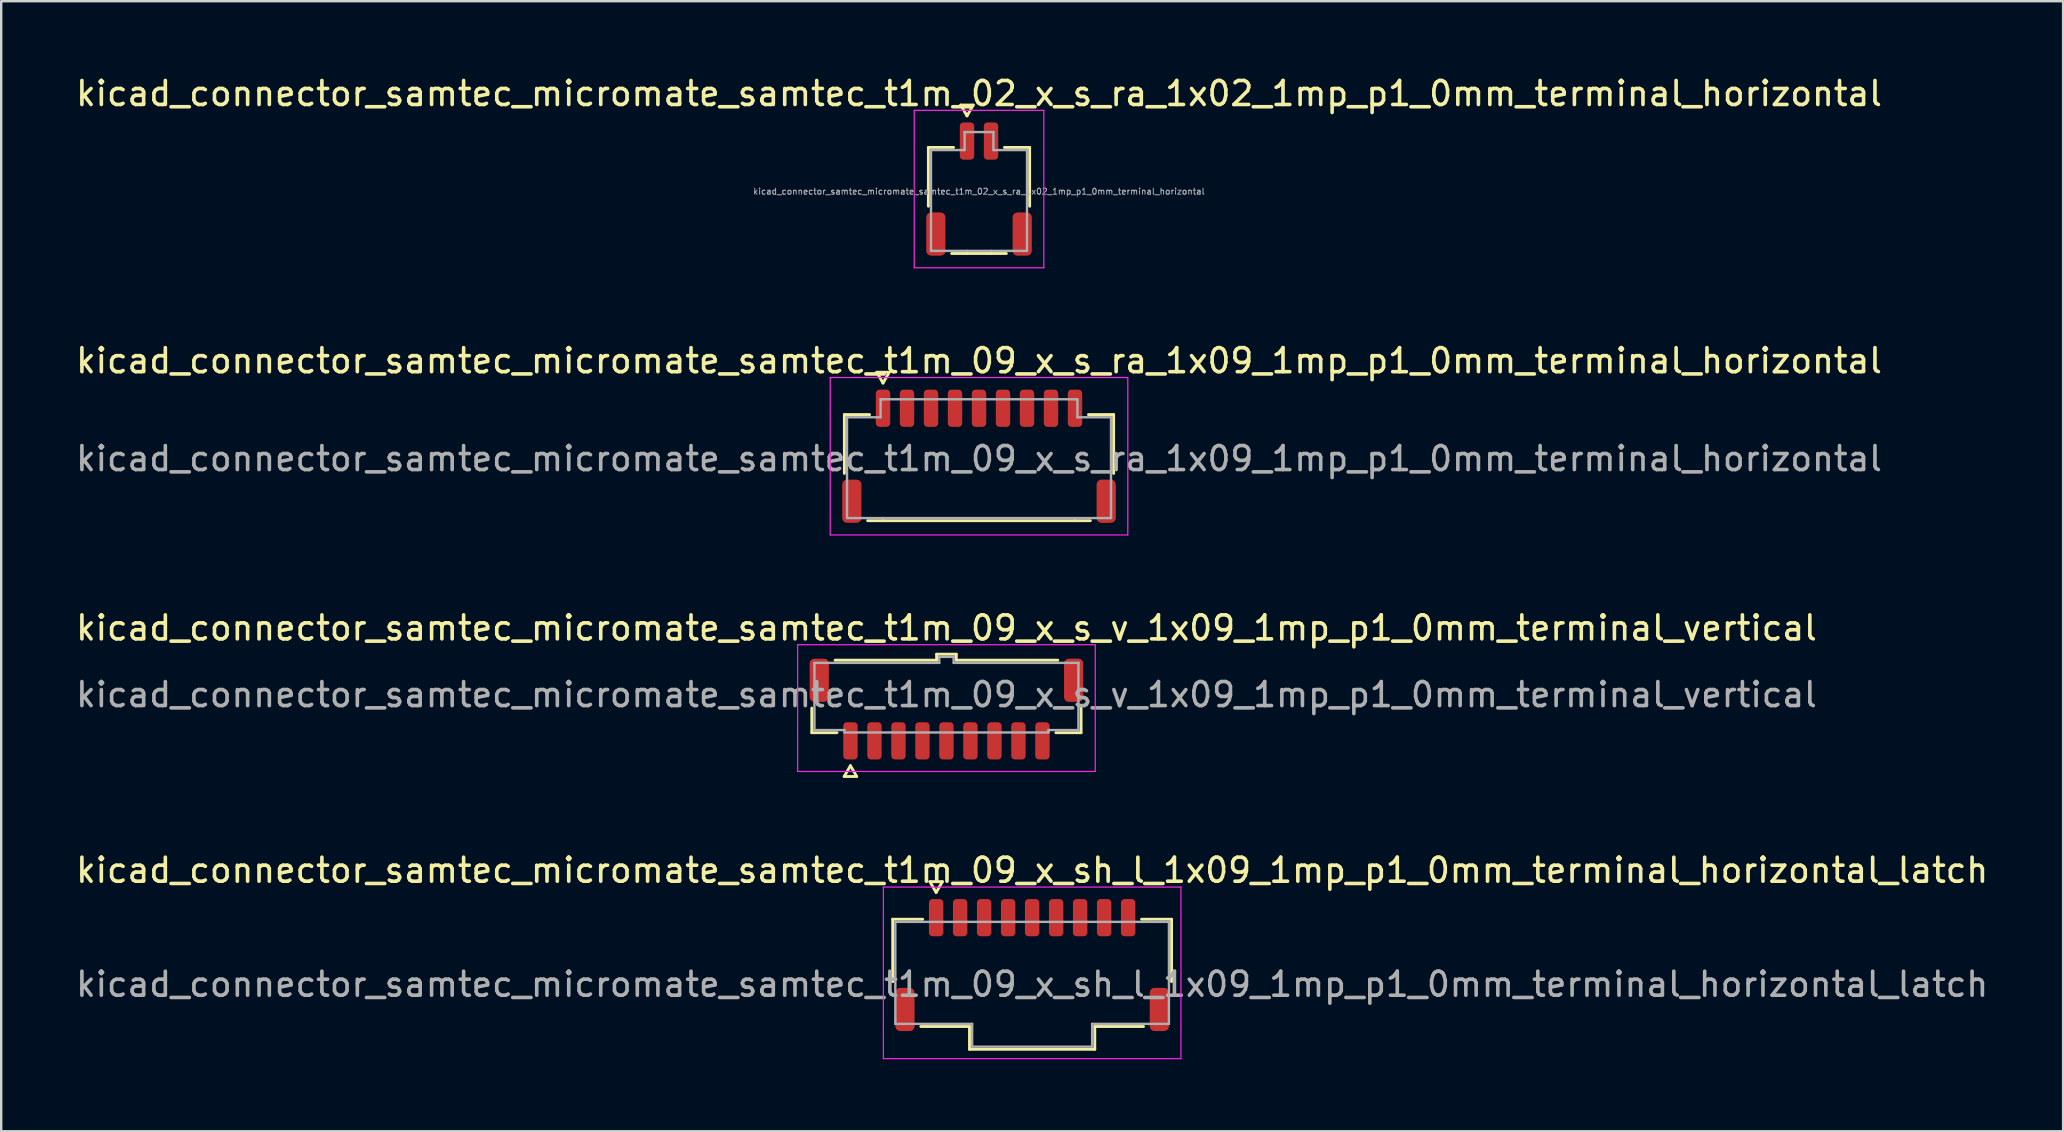
<source format=kicad_pcb>
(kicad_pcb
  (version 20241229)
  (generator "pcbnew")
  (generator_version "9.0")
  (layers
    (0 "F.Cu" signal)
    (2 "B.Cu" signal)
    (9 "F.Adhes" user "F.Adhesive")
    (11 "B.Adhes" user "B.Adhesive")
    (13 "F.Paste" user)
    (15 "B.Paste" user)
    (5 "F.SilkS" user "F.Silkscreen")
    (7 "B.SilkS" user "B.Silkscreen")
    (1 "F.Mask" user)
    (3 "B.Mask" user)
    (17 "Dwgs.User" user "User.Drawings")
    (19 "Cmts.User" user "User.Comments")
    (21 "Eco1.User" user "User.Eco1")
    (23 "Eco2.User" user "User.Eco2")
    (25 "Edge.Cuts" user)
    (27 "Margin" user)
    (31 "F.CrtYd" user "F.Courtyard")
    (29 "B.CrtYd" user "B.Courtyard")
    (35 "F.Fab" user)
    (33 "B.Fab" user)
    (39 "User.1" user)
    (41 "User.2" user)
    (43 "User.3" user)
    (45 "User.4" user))
  (footprint "kicad_connector_samtec_micromate_samtec_t1m_09_x_s_ra_1x09_1mp_p1_0mm_terminal_horizontal"
    (layer "F.Cu")
    (at 37.744 16.061)
    (property "Reference" "kicad_connector_samtec_micromate_samtec_t1m_09_x_s_ra_1x09_1mp_p1_0mm_terminal_horizontal" (at 0 -4.08 0) (layer "F.SilkS") (effects (font (size 1 1) (thickness 0.15))))
    (attr smd)
    (fp_line (start -5.61 -1.835) (end -4.56 -1.835) (stroke (width 0.12) (type solid)) (layer "F.SilkS"))
    (fp_line (start -5.61 0.615) (end -5.61 -1.835) (stroke (width 0.12) (type solid)) (layer "F.SilkS"))
    (fp_line (start -4.26 -3.6) (end -4 -3.15) (stroke (width 0.12) (type solid)) (layer "F.SilkS"))
    (fp_line (start -4 -3.15) (end -3.74 -3.6) (stroke (width 0.12) (type solid)) (layer "F.SilkS"))
    (fp_line (start -4 2.585) (end -4.64 2.585) (stroke (width 0.12) (type solid)) (layer "F.SilkS"))
    (fp_line (start -3.74 -3.6) (end -4.26 -3.6) (stroke (width 0.12) (type solid)) (layer "F.SilkS"))
    (fp_line (start 4 2.585) (end -4 2.585) (stroke (width 0.12) (type solid)) (layer "F.SilkS"))
    (fp_line (start 4.56 -1.835) (end 5.61 -1.835) (stroke (width 0.12) (type solid)) (layer "F.SilkS"))
    (fp_line (start 4.64 2.585) (end 4 2.585) (stroke (width 0.12) (type solid)) (layer "F.SilkS"))
    (fp_line (start 5.61 -1.835) (end 5.61 0.615) (stroke (width 0.12) (type solid)) (layer "F.SilkS"))
    (fp_line (start -6.2 -3.38) (end -6.2 3.18) (stroke (width 0.05) (type solid)) (layer "F.CrtYd"))
    (fp_line (start -6.2 3.18) (end 6.2 3.18) (stroke (width 0.05) (type solid)) (layer "F.CrtYd"))
    (fp_line (start 6.2 -3.38) (end -6.2 -3.38) (stroke (width 0.05) (type solid)) (layer "F.CrtYd"))
    (fp_line (start 6.2 3.18) (end 6.2 -3.38) (stroke (width 0.05) (type solid)) (layer "F.CrtYd"))
    (fp_line (start -5.5 -1.725) (end -4.1 -1.725) (stroke (width 0.1) (type solid)) (layer "F.Fab"))
    (fp_line (start -5.5 2.475) (end -5.5 -1.725) (stroke (width 0.1) (type solid)) (layer "F.Fab"))
    (fp_line (start -4.1 -2.475) (end -4 -2.475) (stroke (width 0.1) (type solid)) (layer "F.Fab"))
    (fp_line (start -4.1 -1.725) (end -4.1 -2.475) (stroke (width 0.1) (type solid)) (layer "F.Fab"))
    (fp_line (start -4 -2.475) (end 4 -2.475) (stroke (width 0.1) (type solid)) (layer "F.Fab"))
    (fp_line (start -4 2.475) (end -5.5 2.475) (stroke (width 0.1) (type solid)) (layer "F.Fab"))
    (fp_line (start 4 -2.475) (end 4.1 -2.475) (stroke (width 0.1) (type solid)) (layer "F.Fab"))
    (fp_line (start 4 2.475) (end -4 2.475) (stroke (width 0.1) (type solid)) (layer "F.Fab"))
    (fp_line (start 4.1 -2.475) (end 4.1 -1.725) (stroke (width 0.1) (type solid)) (layer "F.Fab"))
    (fp_line (start 4.1 -1.725) (end 5.5 -1.725) (stroke (width 0.1) (type solid)) (layer "F.Fab"))
    (fp_line (start 5.5 -1.725) (end 5.5 2.475) (stroke (width 0.1) (type solid)) (layer "F.Fab"))
    (fp_line (start 5.5 2.475) (end 4 2.475) (stroke (width 0.1) (type solid)) (layer "F.Fab"))
    (fp_text user "${REFERENCE}" (at 0 0 0) (layer "F.Fab") (effects (font (size 1 1) (thickness 0.15))))
    (pad "1" smd roundrect (at -4 -2.1) (size 0.6 1.55) (layers "F.Cu" "F.Mask" "F.Paste") (roundrect_rratio 0.25))
    (pad "2" smd roundrect (at -3 -2.1) (size 0.6 1.55) (layers "F.Cu" "F.Mask" "F.Paste") (roundrect_rratio 0.25))
    (pad "3" smd roundrect (at -2 -2.1) (size 0.6 1.55) (layers "F.Cu" "F.Mask" "F.Paste") (roundrect_rratio 0.25))
    (pad "4" smd roundrect (at -1 -2.1) (size 0.6 1.55) (layers "F.Cu" "F.Mask" "F.Paste") (roundrect_rratio 0.25))
    (pad "5" smd roundrect (at 0 -2.1) (size 0.6 1.55) (layers "F.Cu" "F.Mask" "F.Paste") (roundrect_rratio 0.25))
    (pad "6" smd roundrect (at 1 -2.1) (size 0.6 1.55) (layers "F.Cu" "F.Mask" "F.Paste") (roundrect_rratio 0.25))
    (pad "7" smd roundrect (at 2 -2.1) (size 0.6 1.55) (layers "F.Cu" "F.Mask" "F.Paste") (roundrect_rratio 0.25))
    (pad "8" smd roundrect (at 3 -2.1) (size 0.6 1.55) (layers "F.Cu" "F.Mask" "F.Paste") (roundrect_rratio 0.25))
    (pad "9" smd roundrect (at 4 -2.1) (size 0.6 1.55) (layers "F.Cu" "F.Mask" "F.Paste") (roundrect_rratio 0.25))
    (pad "MP" smd roundrect (at -5.3 1.775) (size 0.8 1.8) (layers "F.Cu" "F.Mask" "F.Paste") (roundrect_rratio 0.25))
    (pad "MP" smd roundrect (at 5.3 1.775) (size 0.8 1.8) (layers "F.Cu" "F.Mask" "F.Paste") (roundrect_rratio 0.25)))
  (footprint "kicad_connector_samtec_micromate_samtec_t1m_02_x_s_ra_1x02_1mp_p1_0mm_terminal_horizontal"
    (layer "F.Cu")
    (at 37.744 4.928)
    (property "Reference" "kicad_connector_samtec_micromate_samtec_t1m_02_x_s_ra_1x02_1mp_p1_0mm_terminal_horizontal" (at 0 -4.08 0) (layer "F.SilkS") (effects (font (size 1 1) (thickness 0.15))))
    (attr smd)
    (fp_line (start -2.11 -1.835) (end -1.06 -1.835) (stroke (width 0.12) (type solid)) (layer "F.SilkS"))
    (fp_line (start -2.11 0.615) (end -2.11 -1.835) (stroke (width 0.12) (type solid)) (layer "F.SilkS"))
    (fp_line (start -0.76 -3.6) (end -0.5 -3.15) (stroke (width 0.12) (type solid)) (layer "F.SilkS"))
    (fp_line (start -0.5 -3.15) (end -0.24 -3.6) (stroke (width 0.12) (type solid)) (layer "F.SilkS"))
    (fp_line (start -0.5 2.585) (end -1.14 2.585) (stroke (width 0.12) (type solid)) (layer "F.SilkS"))
    (fp_line (start -0.24 -3.6) (end -0.76 -3.6) (stroke (width 0.12) (type solid)) (layer "F.SilkS"))
    (fp_line (start 0.5 2.585) (end -0.5 2.585) (stroke (width 0.12) (type solid)) (layer "F.SilkS"))
    (fp_line (start 1.06 -1.835) (end 2.11 -1.835) (stroke (width 0.12) (type solid)) (layer "F.SilkS"))
    (fp_line (start 1.14 2.585) (end 0.5 2.585) (stroke (width 0.12) (type solid)) (layer "F.SilkS"))
    (fp_line (start 2.11 -1.835) (end 2.11 0.615) (stroke (width 0.12) (type solid)) (layer "F.SilkS"))
    (fp_line (start -2.7 -3.38) (end -2.7 3.18) (stroke (width 0.05) (type solid)) (layer "F.CrtYd"))
    (fp_line (start -2.7 3.18) (end 2.7 3.18) (stroke (width 0.05) (type solid)) (layer "F.CrtYd"))
    (fp_line (start 2.7 -3.38) (end -2.7 -3.38) (stroke (width 0.05) (type solid)) (layer "F.CrtYd"))
    (fp_line (start 2.7 3.18) (end 2.7 -3.38) (stroke (width 0.05) (type solid)) (layer "F.CrtYd"))
    (fp_line (start -2 -1.725) (end -0.6 -1.725) (stroke (width 0.1) (type solid)) (layer "F.Fab"))
    (fp_line (start -2 2.475) (end -2 -1.725) (stroke (width 0.1) (type solid)) (layer "F.Fab"))
    (fp_line (start -0.6 -2.475) (end -0.5 -2.475) (stroke (width 0.1) (type solid)) (layer "F.Fab"))
    (fp_line (start -0.6 -1.725) (end -0.6 -2.475) (stroke (width 0.1) (type solid)) (layer "F.Fab"))
    (fp_line (start -0.5 -2.475) (end 0.5 -2.475) (stroke (width 0.1) (type solid)) (layer "F.Fab"))
    (fp_line (start -0.5 2.475) (end -2 2.475) (stroke (width 0.1) (type solid)) (layer "F.Fab"))
    (fp_line (start 0.5 -2.475) (end 0.6 -2.475) (stroke (width 0.1) (type solid)) (layer "F.Fab"))
    (fp_line (start 0.5 2.475) (end -0.5 2.475) (stroke (width 0.1) (type solid)) (layer "F.Fab"))
    (fp_line (start 0.6 -2.475) (end 0.6 -1.725) (stroke (width 0.1) (type solid)) (layer "F.Fab"))
    (fp_line (start 0.6 -1.725) (end 2 -1.725) (stroke (width 0.1) (type solid)) (layer "F.Fab"))
    (fp_line (start 2 -1.725) (end 2 2.475) (stroke (width 0.1) (type solid)) (layer "F.Fab"))
    (fp_line (start 2 2.475) (end 0.5 2.475) (stroke (width 0.1) (type solid)) (layer "F.Fab"))
    (fp_text user "${REFERENCE}" (at 0 0 0) (layer "F.Fab") (effects (font (size 0.25 0.25) (thickness 0.04))))
    (pad "1" smd roundrect (at -0.5 -2.1) (size 0.6 1.55) (layers "F.Cu" "F.Mask" "F.Paste") (roundrect_rratio 0.25))
    (pad "2" smd roundrect (at 0.5 -2.1) (size 0.6 1.55) (layers "F.Cu" "F.Mask" "F.Paste") (roundrect_rratio 0.25))
    (pad "MP" smd roundrect (at -1.8 1.775) (size 0.8 1.8) (layers "F.Cu" "F.Mask" "F.Paste") (roundrect_rratio 0.25))
    (pad "MP" smd roundrect (at 1.8 1.775) (size 0.8 1.8) (layers "F.Cu" "F.Mask" "F.Paste") (roundrect_rratio 0.25)))
  (footprint "kicad_connector_samtec_micromate_samtec_t1m_09_x_sh_l_1x09_1mp_p1_0mm_terminal_horizontal_latch"
    (layer "F.Cu")
    (at 39.958 37.963)
    (property "Reference" "kicad_connector_samtec_micromate_samtec_t1m_09_x_sh_l_1x09_1mp_p1_0mm_terminal_horizontal_latch" (at 0 -4.75 0) (layer "F.SilkS") (effects (font (size 1 1) (thickness 0.15))))
    (attr smd)
    (fp_line (start -5.81 -2.71) (end -4.56 -2.71) (stroke (width 0.12) (type solid)) (layer "F.SilkS"))
    (fp_line (start -5.81 -0.11) (end -5.81 -2.71) (stroke (width 0.12) (type solid)) (layer "F.SilkS"))
    (fp_line (start -4.26 -4.275) (end -4 -3.825) (stroke (width 0.12) (type solid)) (layer "F.SilkS"))
    (fp_line (start -4 -3.825) (end -3.74 -4.275) (stroke (width 0.12) (type solid)) (layer "F.SilkS"))
    (fp_line (start -3.74 -4.275) (end -4.26 -4.275) (stroke (width 0.12) (type solid)) (layer "F.SilkS"))
    (fp_line (start -2.61 1.76) (end -4.64 1.76) (stroke (width 0.12) (type solid)) (layer "F.SilkS"))
    (fp_line (start -2.61 2.71) (end -2.61 1.76) (stroke (width 0.12) (type solid)) (layer "F.SilkS"))
    (fp_line (start 2.61 1.76) (end 2.61 2.71) (stroke (width 0.12) (type solid)) (layer "F.SilkS"))
    (fp_line (start 2.61 2.71) (end -2.61 2.71) (stroke (width 0.12) (type solid)) (layer "F.SilkS"))
    (fp_line (start 4.56 -2.71) (end 5.81 -2.71) (stroke (width 0.12) (type solid)) (layer "F.SilkS"))
    (fp_line (start 4.64 1.76) (end 2.61 1.76) (stroke (width 0.12) (type solid)) (layer "F.SilkS"))
    (fp_line (start 5.81 -2.71) (end 5.81 -0.11) (stroke (width 0.12) (type solid)) (layer "F.SilkS"))
    (fp_line (start -6.2 -4.05) (end -6.2 3.1) (stroke (width 0.05) (type solid)) (layer "F.CrtYd"))
    (fp_line (start -6.2 3.1) (end 6.2 3.1) (stroke (width 0.05) (type solid)) (layer "F.CrtYd"))
    (fp_line (start 6.2 -4.05) (end -6.2 -4.05) (stroke (width 0.05) (type solid)) (layer "F.CrtYd"))
    (fp_line (start 6.2 3.1) (end 6.2 -4.05) (stroke (width 0.05) (type solid)) (layer "F.CrtYd"))
    (fp_line (start -5.7 -2.6) (end 5.7 -2.6) (stroke (width 0.1) (type solid)) (layer "F.Fab"))
    (fp_line (start -5.7 1.65) (end -5.7 -2.6) (stroke (width 0.1) (type solid)) (layer "F.Fab"))
    (fp_line (start -2.5 1.65) (end -5.7 1.65) (stroke (width 0.1) (type solid)) (layer "F.Fab"))
    (fp_line (start -2.5 2.6) (end -2.5 1.65) (stroke (width 0.1) (type solid)) (layer "F.Fab"))
    (fp_line (start 2.5 1.65) (end 2.5 2.6) (stroke (width 0.1) (type solid)) (layer "F.Fab"))
    (fp_line (start 2.5 2.6) (end -2.5 2.6) (stroke (width 0.1) (type solid)) (layer "F.Fab"))
    (fp_line (start 5.7 -2.6) (end 5.7 1.65) (stroke (width 0.1) (type solid)) (layer "F.Fab"))
    (fp_line (start 5.7 1.65) (end 2.5 1.65) (stroke (width 0.1) (type solid)) (layer "F.Fab"))
    (fp_text user "${REFERENCE}" (at 0 0 0) (layer "F.Fab") (effects (font (size 1 1) (thickness 0.15))))
    (pad "1" smd roundrect (at -4 -2.775) (size 0.6 1.55) (layers "F.Cu" "F.Mask" "F.Paste") (roundrect_rratio 0.25))
    (pad "2" smd roundrect (at -3 -2.775) (size 0.6 1.55) (layers "F.Cu" "F.Mask" "F.Paste") (roundrect_rratio 0.25))
    (pad "3" smd roundrect (at -2 -2.775) (size 0.6 1.55) (layers "F.Cu" "F.Mask" "F.Paste") (roundrect_rratio 0.25))
    (pad "4" smd roundrect (at -1 -2.775) (size 0.6 1.55) (layers "F.Cu" "F.Mask" "F.Paste") (roundrect_rratio 0.25))
    (pad "5" smd roundrect (at 0 -2.775) (size 0.6 1.55) (layers "F.Cu" "F.Mask" "F.Paste") (roundrect_rratio 0.25))
    (pad "6" smd roundrect (at 1 -2.775) (size 0.6 1.55) (layers "F.Cu" "F.Mask" "F.Paste") (roundrect_rratio 0.25))
    (pad "7" smd roundrect (at 2 -2.775) (size 0.6 1.55) (layers "F.Cu" "F.Mask" "F.Paste") (roundrect_rratio 0.25))
    (pad "8" smd roundrect (at 3 -2.775) (size 0.6 1.55) (layers "F.Cu" "F.Mask" "F.Paste") (roundrect_rratio 0.25))
    (pad "9" smd roundrect (at 4 -2.775) (size 0.6 1.55) (layers "F.Cu" "F.Mask" "F.Paste") (roundrect_rratio 0.25))
    (pad "MP" smd roundrect (at -5.3 1.05) (size 0.8 1.8) (layers "F.Cu" "F.Mask" "F.Paste") (roundrect_rratio 0.25))
    (pad "MP" smd roundrect (at 5.3 1.05) (size 0.8 1.8) (layers "F.Cu" "F.Mask" "F.Paste") (roundrect_rratio 0.25)))
  (footprint "kicad_connector_samtec_micromate_samtec_t1m_09_x_s_v_1x09_1mp_p1_0mm_terminal_vertical"
    (layer "F.Cu")
    (at 36.387 25.895)
    (property "Reference" "kicad_connector_samtec_micromate_samtec_t1m_09_x_s_v_1x09_1mp_p1_0mm_terminal_vertical" (at 0 -2.78 0) (layer "F.SilkS") (effects (font (size 1 1) (thickness 0.15))))
    (attr smd)
    (fp_line (start -5.61 1.585) (end -5.61 0.56) (stroke (width 0.12) (type solid)) (layer "F.SilkS"))
    (fp_line (start -4.64 -1.435) (end -0.41 -1.435) (stroke (width 0.12) (type solid)) (layer "F.SilkS"))
    (fp_line (start -4.56 1.585) (end -5.61 1.585) (stroke (width 0.12) (type solid)) (layer "F.SilkS"))
    (fp_line (start -4.26 3.41) (end -4 2.96) (stroke (width 0.12) (type solid)) (layer "F.SilkS"))
    (fp_line (start -4 2.96) (end -3.74 3.41) (stroke (width 0.12) (type solid)) (layer "F.SilkS"))
    (fp_line (start -3.74 3.41) (end -4.26 3.41) (stroke (width 0.12) (type solid)) (layer "F.SilkS"))
    (fp_line (start -0.41 -1.685) (end 0.41 -1.685) (stroke (width 0.12) (type solid)) (layer "F.SilkS"))
    (fp_line (start -0.41 -1.435) (end -0.41 -1.685) (stroke (width 0.12) (type solid)) (layer "F.SilkS"))
    (fp_line (start 0.41 -1.685) (end 0.41 -1.435) (stroke (width 0.12) (type solid)) (layer "F.SilkS"))
    (fp_line (start 0.41 -1.435) (end 4.64 -1.435) (stroke (width 0.12) (type solid)) (layer "F.SilkS"))
    (fp_line (start 5.61 0.56) (end 5.61 1.585) (stroke (width 0.12) (type solid)) (layer "F.SilkS"))
    (fp_line (start 5.61 1.585) (end 4.56 1.585) (stroke (width 0.12) (type solid)) (layer "F.SilkS"))
    (fp_line (start -6.2 -2.08) (end -6.2 3.2) (stroke (width 0.05) (type solid)) (layer "F.CrtYd"))
    (fp_line (start -6.2 3.2) (end 6.2 3.2) (stroke (width 0.05) (type solid)) (layer "F.CrtYd"))
    (fp_line (start 6.2 -2.08) (end -6.2 -2.08) (stroke (width 0.05) (type solid)) (layer "F.CrtYd"))
    (fp_line (start 6.2 3.2) (end 6.2 -2.08) (stroke (width 0.05) (type solid)) (layer "F.CrtYd"))
    (fp_line (start -5.5 -1.325) (end -0.3 -1.325) (stroke (width 0.1) (type solid)) (layer "F.Fab"))
    (fp_line (start -5.5 1.475) (end -5.5 -1.325) (stroke (width 0.1) (type solid)) (layer "F.Fab"))
    (fp_line (start -4.25 1.475) (end -5.5 1.475) (stroke (width 0.1) (type solid)) (layer "F.Fab"))
    (fp_line (start -4.25 1.575) (end -4.25 1.475) (stroke (width 0.1) (type solid)) (layer "F.Fab"))
    (fp_line (start -0.3 -1.575) (end 0.3 -1.575) (stroke (width 0.1) (type solid)) (layer "F.Fab"))
    (fp_line (start -0.3 -1.325) (end -0.3 -1.575) (stroke (width 0.1) (type solid)) (layer "F.Fab"))
    (fp_line (start 0.3 -1.575) (end 0.3 -1.325) (stroke (width 0.1) (type solid)) (layer "F.Fab"))
    (fp_line (start 0.3 -1.325) (end 5.5 -1.325) (stroke (width 0.1) (type solid)) (layer "F.Fab"))
    (fp_line (start 4.25 1.475) (end 4.25 1.575) (stroke (width 0.1) (type solid)) (layer "F.Fab"))
    (fp_line (start 4.25 1.575) (end -4.25 1.575) (stroke (width 0.1) (type solid)) (layer "F.Fab"))
    (fp_line (start 5.5 -1.325) (end 5.5 1.475) (stroke (width 0.1) (type solid)) (layer "F.Fab"))
    (fp_line (start 5.5 1.475) (end 4.25 1.475) (stroke (width 0.1) (type solid)) (layer "F.Fab"))
    (fp_text user "${REFERENCE}" (at 0 0 0) (layer "F.Fab") (effects (font (size 1 1) (thickness 0.15))))
    (pad "1" smd roundrect (at -4 1.925) (size 0.6 1.55) (layers "F.Cu" "F.Mask" "F.Paste") (roundrect_rratio 0.25))
    (pad "2" smd roundrect (at -3 1.925) (size 0.6 1.55) (layers "F.Cu" "F.Mask" "F.Paste") (roundrect_rratio 0.25))
    (pad "3" smd roundrect (at -2 1.925) (size 0.6 1.55) (layers "F.Cu" "F.Mask" "F.Paste") (roundrect_rratio 0.25))
    (pad "4" smd roundrect (at -1 1.925) (size 0.6 1.55) (layers "F.Cu" "F.Mask" "F.Paste") (roundrect_rratio 0.25))
    (pad "5" smd roundrect (at 0 1.925) (size 0.6 1.55) (layers "F.Cu" "F.Mask" "F.Paste") (roundrect_rratio 0.25))
    (pad "6" smd roundrect (at 1 1.925) (size 0.6 1.55) (layers "F.Cu" "F.Mask" "F.Paste") (roundrect_rratio 0.25))
    (pad "7" smd roundrect (at 2 1.925) (size 0.6 1.55) (layers "F.Cu" "F.Mask" "F.Paste") (roundrect_rratio 0.25))
    (pad "8" smd roundrect (at 3 1.925) (size 0.6 1.55) (layers "F.Cu" "F.Mask" "F.Paste") (roundrect_rratio 0.25))
    (pad "9" smd roundrect (at 4 1.925) (size 0.6 1.55) (layers "F.Cu" "F.Mask" "F.Paste") (roundrect_rratio 0.25))
    (pad "MP" smd roundrect (at -5.3 -0.6) (size 0.8 1.8) (layers "F.Cu" "F.Mask" "F.Paste") (roundrect_rratio 0.25))
    (pad "MP" smd roundrect (at 5.3 -0.6) (size 0.8 1.8) (layers "F.Cu" "F.Mask" "F.Paste") (roundrect_rratio 0.25)))
  (gr_rect
    (start -3 -3)
    (end 82.917 44.088)
    (stroke (width 0.1) (type default))
    (fill no)
    (layer "Edge.Cuts")))
</source>
